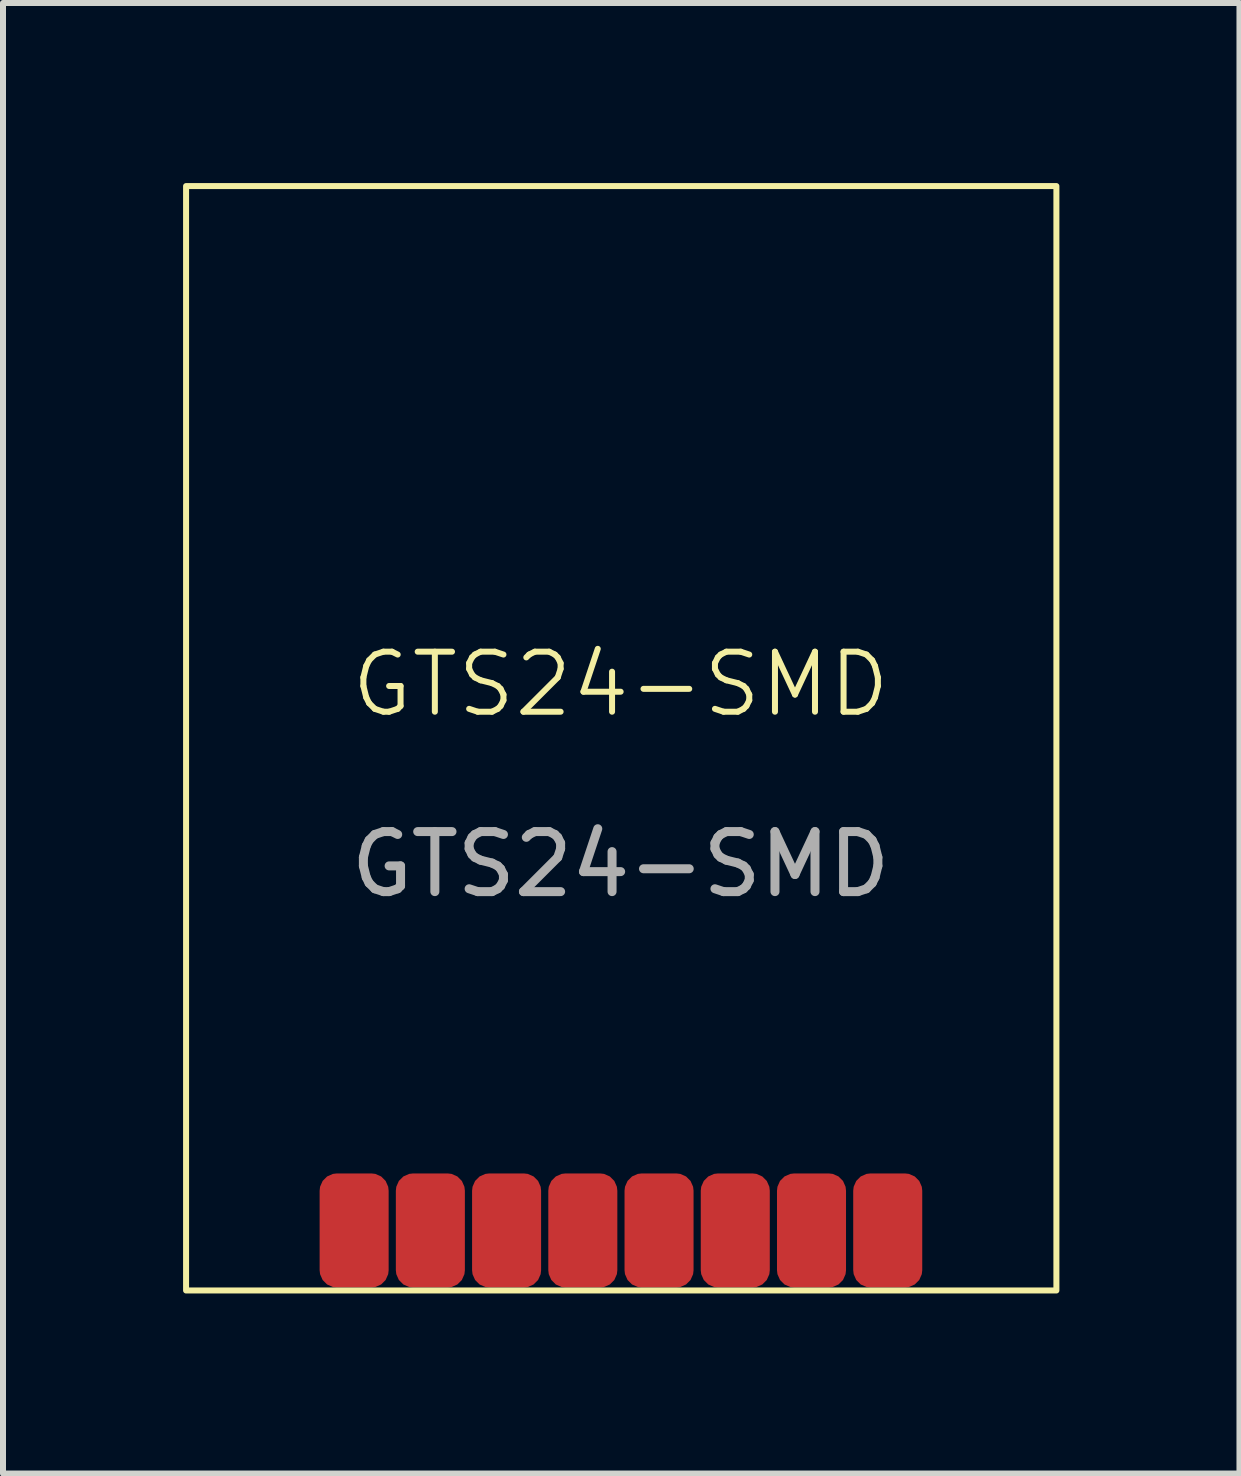
<source format=kicad_pcb>
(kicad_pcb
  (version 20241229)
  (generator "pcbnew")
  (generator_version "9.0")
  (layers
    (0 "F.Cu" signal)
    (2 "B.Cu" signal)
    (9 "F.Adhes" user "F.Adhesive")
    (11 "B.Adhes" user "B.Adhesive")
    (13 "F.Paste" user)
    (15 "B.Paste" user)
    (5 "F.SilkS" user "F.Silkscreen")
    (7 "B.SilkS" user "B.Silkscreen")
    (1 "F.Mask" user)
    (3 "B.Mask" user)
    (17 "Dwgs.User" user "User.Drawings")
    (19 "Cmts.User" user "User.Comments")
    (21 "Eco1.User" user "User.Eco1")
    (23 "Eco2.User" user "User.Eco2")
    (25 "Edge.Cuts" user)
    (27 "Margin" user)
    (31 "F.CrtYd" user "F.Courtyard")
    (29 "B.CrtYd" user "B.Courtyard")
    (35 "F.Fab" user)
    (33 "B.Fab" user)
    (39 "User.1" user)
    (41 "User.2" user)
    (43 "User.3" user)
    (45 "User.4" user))
  (footprint "GTS24-SMD"
    (layer "F.Cu")
    (at 7.29 8.85)
    (property "Reference" "GTS24-SMD" (at 0 -0.5 0) (unlocked yes) (layer "F.SilkS") (effects (font (size 1 1) (thickness 0.1))))
    (attr smd)
    (fp_rect (start -7.24 -8.8) (end 7.26 9.6) (stroke (width 0.1) (type default)) (fill no) (layer "F.SilkS"))
    (fp_text user "${REFERENCE}" (at 0 2.5 0) (unlocked yes) (layer "F.Fab") (effects (font (size 1 1) (thickness 0.15))))
    (pad "1" smd roundrect (at -4.44 8.6 180) (size 1.15 1.9) (layers "F.Cu" "F.Mask" "F.Paste") (roundrect_rratio 0.25))
    (pad "2" smd roundrect (at -3.17 8.6 180) (size 1.15 1.9) (layers "F.Cu" "F.Mask" "F.Paste") (roundrect_rratio 0.25))
    (pad "3" smd roundrect (at -1.9 8.6 180) (size 1.15 1.9) (layers "F.Cu" "F.Mask" "F.Paste") (roundrect_rratio 0.25))
    (pad "4" smd roundrect (at -0.63 8.6 180) (size 1.15 1.9) (layers "F.Cu" "F.Mask" "F.Paste") (roundrect_rratio 0.25))
    (pad "5" smd roundrect (at 0.64 8.6 180) (size 1.15 1.9) (layers "F.Cu" "F.Mask" "F.Paste") (roundrect_rratio 0.25))
    (pad "6" smd roundrect (at 1.91 8.6 180) (size 1.15 1.9) (layers "F.Cu" "F.Mask" "F.Paste") (roundrect_rratio 0.25))
    (pad "7" smd roundrect (at 3.18 8.6 180) (size 1.15 1.9) (layers "F.Cu" "F.Mask" "F.Paste") (roundrect_rratio 0.25))
    (pad "8" smd roundrect (at 4.45 8.6 180) (size 1.15 1.9) (layers "F.Cu" "F.Mask" "F.Paste") (roundrect_rratio 0.25)))
  (gr_rect
    (start -3 -3)
    (end 17.6 21.5)
    (stroke (width 0.1) (type default))
    (fill no)
    (layer "Edge.Cuts")))
</source>
